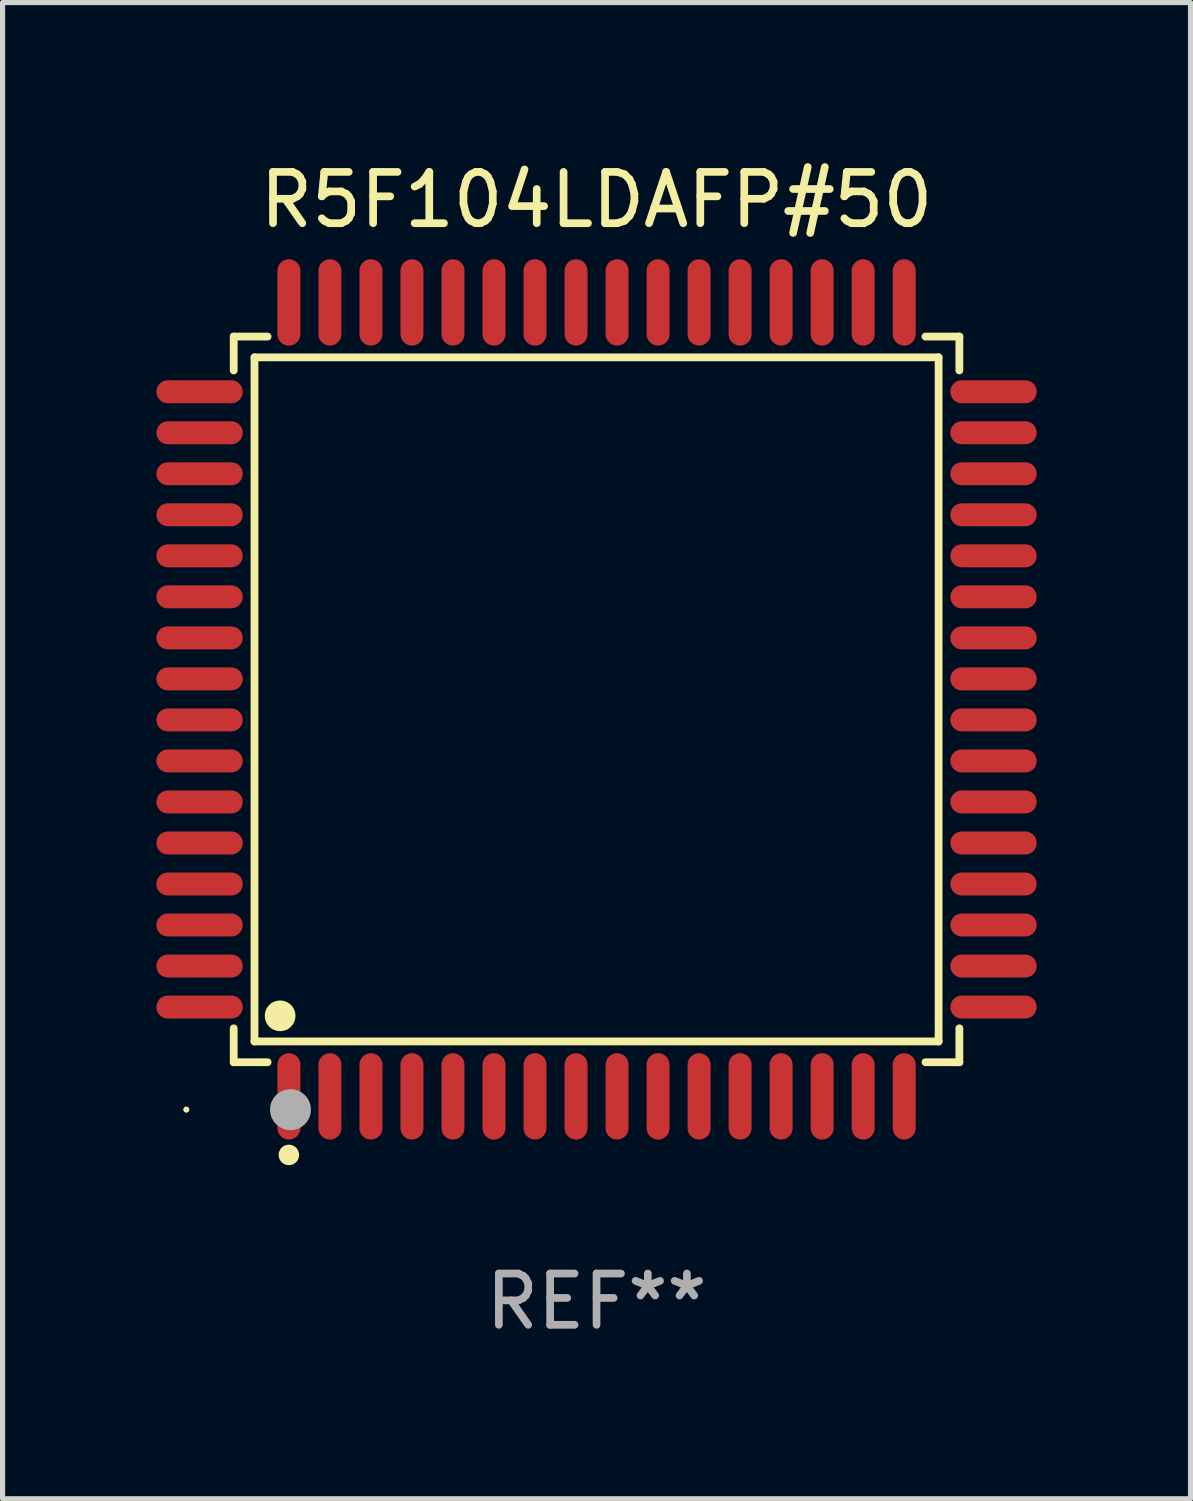
<source format=kicad_pcb>
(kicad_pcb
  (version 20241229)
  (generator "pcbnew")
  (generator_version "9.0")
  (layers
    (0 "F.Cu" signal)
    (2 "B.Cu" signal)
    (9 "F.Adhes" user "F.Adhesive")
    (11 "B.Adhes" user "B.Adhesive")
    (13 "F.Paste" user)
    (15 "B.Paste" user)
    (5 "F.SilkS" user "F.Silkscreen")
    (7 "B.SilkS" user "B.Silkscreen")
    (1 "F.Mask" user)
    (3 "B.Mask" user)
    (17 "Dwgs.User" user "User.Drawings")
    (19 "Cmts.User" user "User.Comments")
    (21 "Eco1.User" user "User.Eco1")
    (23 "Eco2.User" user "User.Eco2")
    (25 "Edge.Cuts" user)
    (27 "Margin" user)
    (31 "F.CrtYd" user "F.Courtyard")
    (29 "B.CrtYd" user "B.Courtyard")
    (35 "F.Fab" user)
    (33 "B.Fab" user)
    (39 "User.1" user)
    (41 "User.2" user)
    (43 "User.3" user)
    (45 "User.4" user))
  (footprint "R5F104LDAFP#50"
    (layer "F.Cu")
    (at 8.584 10.59)
    (property "Reference" "R5F104LDAFP#50" (at 0 -9.742 0) (layer "F.SilkS") (effects (font (size 1 1) (thickness 0.15))))
    (attr through_hole)
    (fp_line (start -7.076 -7.076) (end -6.415 -7.076) (stroke (width 0.152) (type solid)) (layer "F.SilkS"))
    (fp_line (start -7.076 -6.415) (end -7.076 -7.076) (stroke (width 0.152) (type solid)) (layer "F.SilkS"))
    (fp_line (start -7.076 6.415) (end -7.076 7.076) (stroke (width 0.152) (type solid)) (layer "F.SilkS"))
    (fp_line (start -7.076 7.076) (end -6.415 7.076) (stroke (width 0.152) (type solid)) (layer "F.SilkS"))
    (fp_line (start -6.671 -6.671) (end 6.671 -6.671) (stroke (width 0.152) (type solid)) (layer "F.SilkS"))
    (fp_line (start -6.671 6.671) (end -6.671 -6.671) (stroke (width 0.152) (type solid)) (layer "F.SilkS"))
    (fp_line (start 6.671 -6.671) (end 6.671 6.671) (stroke (width 0.152) (type solid)) (layer "F.SilkS"))
    (fp_line (start 6.671 6.671) (end -6.671 6.671) (stroke (width 0.152) (type solid)) (layer "F.SilkS"))
    (fp_line (start 7.076 -7.076) (end 6.415 -7.076) (stroke (width 0.152) (type solid)) (layer "F.SilkS"))
    (fp_line (start 7.076 -6.415) (end 7.076 -7.076) (stroke (width 0.152) (type solid)) (layer "F.SilkS"))
    (fp_line (start 7.076 6.415) (end 7.076 7.076) (stroke (width 0.152) (type solid)) (layer "F.SilkS"))
    (fp_line (start 7.076 7.076) (end 6.415 7.076) (stroke (width 0.152) (type solid)) (layer "F.SilkS"))
    (fp_circle (center -8 8) (end -7.97 8) (stroke (width 0.06) (type solid)) (fill no) (layer "F.SilkS"))
    (fp_circle (center -6.171 6.171) (end -6.021 6.171) (stroke (width 0.3) (type solid)) (fill no) (layer "F.SilkS"))
    (fp_circle (center -6 8.884) (end -5.9 8.884) (stroke (width 0.2) (type solid)) (fill no) (layer "F.SilkS"))
    (fp_circle (center -5.969 8.001) (end -5.769 8.001) (stroke (width 0.4) (type solid)) (fill no) (layer "F.Fab"))
    (fp_text user "REF**" (at 0 11.742 0) (layer "F.Fab") (effects (font (size 1 1) (thickness 0.15))))
    (pad "1" smd oval (at -6 7.742) (size 0.448 1.684) (layers "F.Cu" "F.Mask" "F.Paste"))
    (pad "2" smd oval (at -5.2 7.742) (size 0.448 1.684) (layers "F.Cu" "F.Mask" "F.Paste"))
    (pad "3" smd oval (at -4.4 7.742) (size 0.448 1.684) (layers "F.Cu" "F.Mask" "F.Paste"))
    (pad "4" smd oval (at -3.6 7.742) (size 0.448 1.684) (layers "F.Cu" "F.Mask" "F.Paste"))
    (pad "5" smd oval (at -2.8 7.742) (size 0.448 1.684) (layers "F.Cu" "F.Mask" "F.Paste"))
    (pad "6" smd oval (at -2 7.742) (size 0.448 1.684) (layers "F.Cu" "F.Mask" "F.Paste"))
    (pad "7" smd oval (at -1.2 7.742) (size 0.448 1.684) (layers "F.Cu" "F.Mask" "F.Paste"))
    (pad "8" smd oval (at -0.4 7.742) (size 0.448 1.684) (layers "F.Cu" "F.Mask" "F.Paste"))
    (pad "9" smd oval (at 0.4 7.742) (size 0.448 1.684) (layers "F.Cu" "F.Mask" "F.Paste"))
    (pad "10" smd oval (at 1.2 7.742) (size 0.448 1.684) (layers "F.Cu" "F.Mask" "F.Paste"))
    (pad "11" smd oval (at 2 7.742) (size 0.448 1.684) (layers "F.Cu" "F.Mask" "F.Paste"))
    (pad "12" smd oval (at 2.8 7.742) (size 0.448 1.684) (layers "F.Cu" "F.Mask" "F.Paste"))
    (pad "13" smd oval (at 3.6 7.742) (size 0.448 1.684) (layers "F.Cu" "F.Mask" "F.Paste"))
    (pad "14" smd oval (at 4.4 7.742) (size 0.448 1.684) (layers "F.Cu" "F.Mask" "F.Paste"))
    (pad "15" smd oval (at 5.2 7.742) (size 0.448 1.684) (layers "F.Cu" "F.Mask" "F.Paste"))
    (pad "16" smd oval (at 6 7.742) (size 0.448 1.684) (layers "F.Cu" "F.Mask" "F.Paste"))
    (pad "17" smd oval (at 7.742 6) (size 1.684 0.448) (layers "F.Cu" "F.Mask" "F.Paste"))
    (pad "18" smd oval (at 7.742 5.2) (size 1.684 0.448) (layers "F.Cu" "F.Mask" "F.Paste"))
    (pad "19" smd oval (at 7.742 4.4) (size 1.684 0.448) (layers "F.Cu" "F.Mask" "F.Paste"))
    (pad "20" smd oval (at 7.742 3.6) (size 1.684 0.448) (layers "F.Cu" "F.Mask" "F.Paste"))
    (pad "21" smd oval (at 7.742 2.8) (size 1.684 0.448) (layers "F.Cu" "F.Mask" "F.Paste"))
    (pad "22" smd oval (at 7.742 2) (size 1.684 0.448) (layers "F.Cu" "F.Mask" "F.Paste"))
    (pad "23" smd oval (at 7.742 1.2) (size 1.684 0.448) (layers "F.Cu" "F.Mask" "F.Paste"))
    (pad "24" smd oval (at 7.742 0.4) (size 1.684 0.448) (layers "F.Cu" "F.Mask" "F.Paste"))
    (pad "25" smd oval (at 7.742 -0.4) (size 1.684 0.448) (layers "F.Cu" "F.Mask" "F.Paste"))
    (pad "26" smd oval (at 7.742 -1.2) (size 1.684 0.448) (layers "F.Cu" "F.Mask" "F.Paste"))
    (pad "27" smd oval (at 7.742 -2) (size 1.684 0.448) (layers "F.Cu" "F.Mask" "F.Paste"))
    (pad "28" smd oval (at 7.742 -2.8) (size 1.684 0.448) (layers "F.Cu" "F.Mask" "F.Paste"))
    (pad "29" smd oval (at 7.742 -3.6) (size 1.684 0.448) (layers "F.Cu" "F.Mask" "F.Paste"))
    (pad "30" smd oval (at 7.742 -4.4) (size 1.684 0.448) (layers "F.Cu" "F.Mask" "F.Paste"))
    (pad "31" smd oval (at 7.742 -5.2) (size 1.684 0.448) (layers "F.Cu" "F.Mask" "F.Paste"))
    (pad "32" smd oval (at 7.742 -6) (size 1.684 0.448) (layers "F.Cu" "F.Mask" "F.Paste"))
    (pad "33" smd oval (at 6 -7.742) (size 0.448 1.684) (layers "F.Cu" "F.Mask" "F.Paste"))
    (pad "34" smd oval (at 5.2 -7.742) (size 0.448 1.684) (layers "F.Cu" "F.Mask" "F.Paste"))
    (pad "35" smd oval (at 4.4 -7.742) (size 0.448 1.684) (layers "F.Cu" "F.Mask" "F.Paste"))
    (pad "36" smd oval (at 3.6 -7.742) (size 0.448 1.684) (layers "F.Cu" "F.Mask" "F.Paste"))
    (pad "37" smd oval (at 2.8 -7.742) (size 0.448 1.684) (layers "F.Cu" "F.Mask" "F.Paste"))
    (pad "38" smd oval (at 2 -7.742) (size 0.448 1.684) (layers "F.Cu" "F.Mask" "F.Paste"))
    (pad "39" smd oval (at 1.2 -7.742) (size 0.448 1.684) (layers "F.Cu" "F.Mask" "F.Paste"))
    (pad "40" smd oval (at 0.4 -7.742) (size 0.448 1.684) (layers "F.Cu" "F.Mask" "F.Paste"))
    (pad "41" smd oval (at -0.4 -7.742) (size 0.448 1.684) (layers "F.Cu" "F.Mask" "F.Paste"))
    (pad "42" smd oval (at -1.2 -7.742) (size 0.448 1.684) (layers "F.Cu" "F.Mask" "F.Paste"))
    (pad "43" smd oval (at -2 -7.742) (size 0.448 1.684) (layers "F.Cu" "F.Mask" "F.Paste"))
    (pad "44" smd oval (at -2.8 -7.742) (size 0.448 1.684) (layers "F.Cu" "F.Mask" "F.Paste"))
    (pad "45" smd oval (at -3.6 -7.742) (size 0.448 1.684) (layers "F.Cu" "F.Mask" "F.Paste"))
    (pad "46" smd oval (at -4.4 -7.742) (size 0.448 1.684) (layers "F.Cu" "F.Mask" "F.Paste"))
    (pad "47" smd oval (at -5.2 -7.742) (size 0.448 1.684) (layers "F.Cu" "F.Mask" "F.Paste"))
    (pad "48" smd oval (at -6 -7.742) (size 0.448 1.684) (layers "F.Cu" "F.Mask" "F.Paste"))
    (pad "49" smd oval (at -7.742 -6) (size 1.684 0.448) (layers "F.Cu" "F.Mask" "F.Paste"))
    (pad "50" smd oval (at -7.742 -5.2) (size 1.684 0.448) (layers "F.Cu" "F.Mask" "F.Paste"))
    (pad "51" smd oval (at -7.742 -4.4) (size 1.684 0.448) (layers "F.Cu" "F.Mask" "F.Paste"))
    (pad "52" smd oval (at -7.742 -3.6) (size 1.684 0.448) (layers "F.Cu" "F.Mask" "F.Paste"))
    (pad "53" smd oval (at -7.742 -2.8) (size 1.684 0.448) (layers "F.Cu" "F.Mask" "F.Paste"))
    (pad "54" smd oval (at -7.742 -2) (size 1.684 0.448) (layers "F.Cu" "F.Mask" "F.Paste"))
    (pad "55" smd oval (at -7.742 -1.2) (size 1.684 0.448) (layers "F.Cu" "F.Mask" "F.Paste"))
    (pad "56" smd oval (at -7.742 -0.4) (size 1.684 0.448) (layers "F.Cu" "F.Mask" "F.Paste"))
    (pad "57" smd oval (at -7.742 0.4) (size 1.684 0.448) (layers "F.Cu" "F.Mask" "F.Paste"))
    (pad "58" smd oval (at -7.742 1.2) (size 1.684 0.448) (layers "F.Cu" "F.Mask" "F.Paste"))
    (pad "59" smd oval (at -7.742 2) (size 1.684 0.448) (layers "F.Cu" "F.Mask" "F.Paste"))
    (pad "60" smd oval (at -7.742 2.8) (size 1.684 0.448) (layers "F.Cu" "F.Mask" "F.Paste"))
    (pad "61" smd oval (at -7.742 3.6) (size 1.684 0.448) (layers "F.Cu" "F.Mask" "F.Paste"))
    (pad "62" smd oval (at -7.742 4.4) (size 1.684 0.448) (layers "F.Cu" "F.Mask" "F.Paste"))
    (pad "63" smd oval (at -7.742 5.2) (size 1.684 0.448) (layers "F.Cu" "F.Mask" "F.Paste"))
    (pad "64" smd oval (at -7.742 6) (size 1.684 0.448) (layers "F.Cu" "F.Mask" "F.Paste")))
  (gr_rect
    (start -3 -3)
    (end 20.168 26.18)
    (stroke (width 0.1) (type default))
    (fill no)
    (layer "Edge.Cuts")))
</source>
